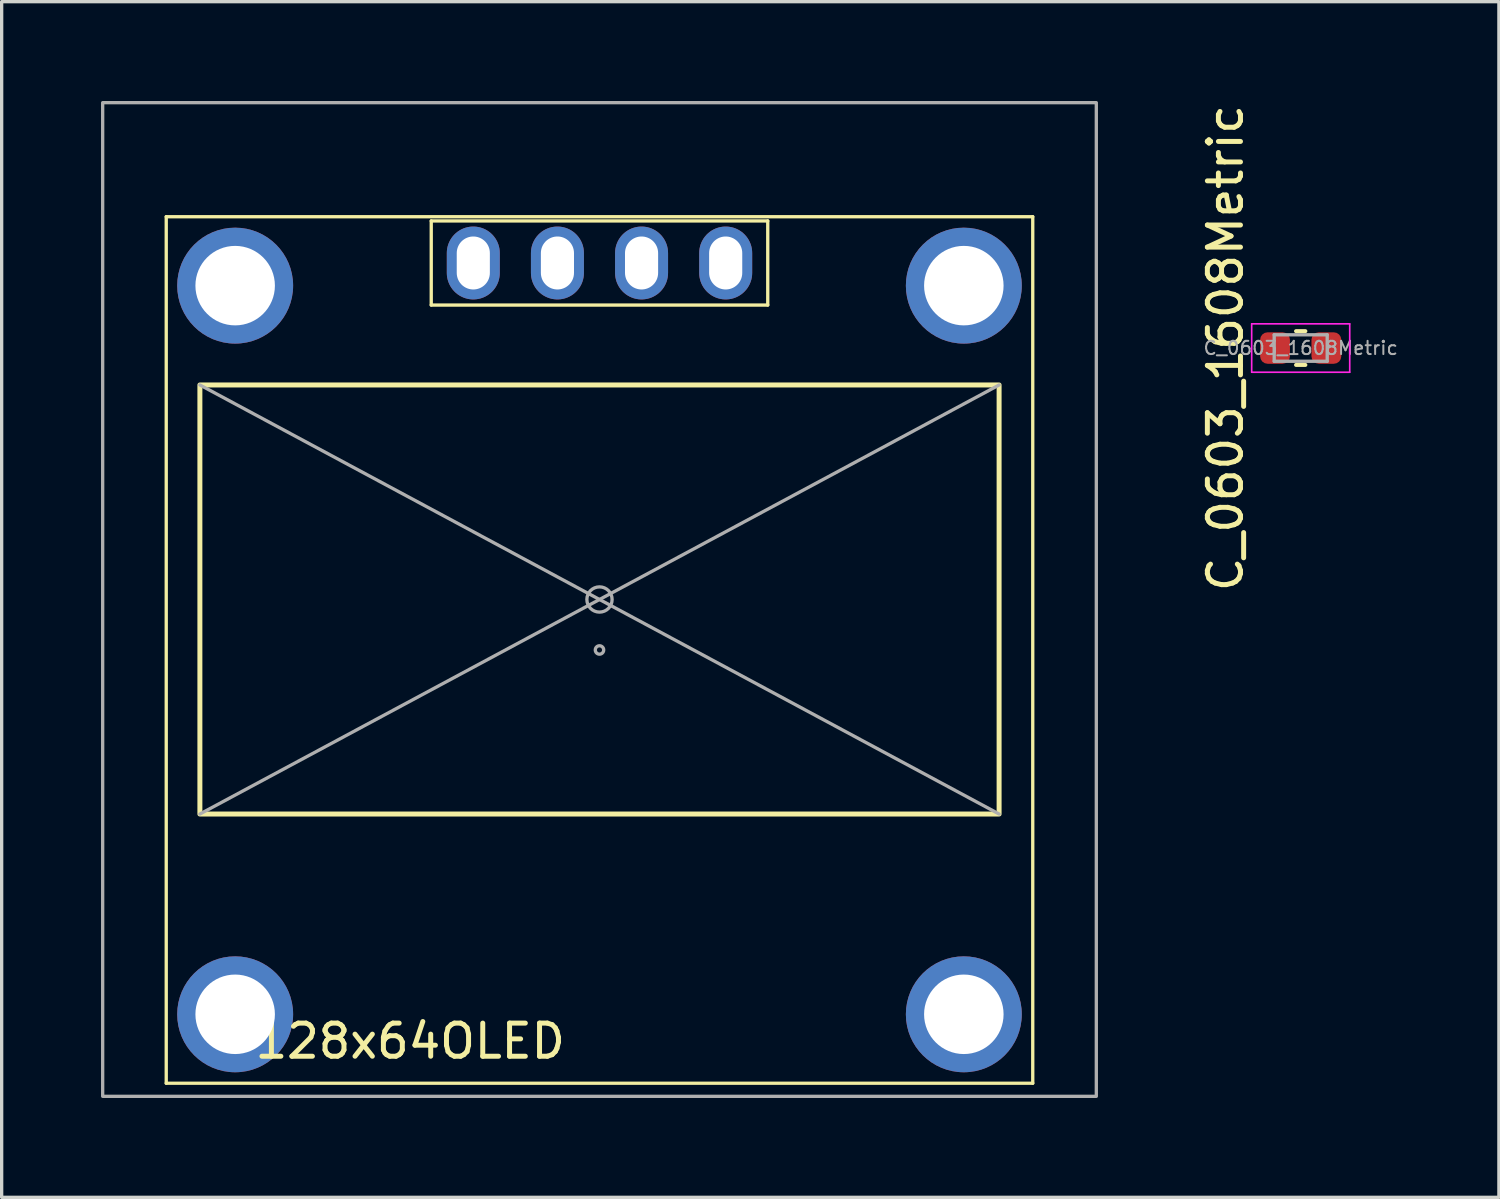
<source format=kicad_pcb>
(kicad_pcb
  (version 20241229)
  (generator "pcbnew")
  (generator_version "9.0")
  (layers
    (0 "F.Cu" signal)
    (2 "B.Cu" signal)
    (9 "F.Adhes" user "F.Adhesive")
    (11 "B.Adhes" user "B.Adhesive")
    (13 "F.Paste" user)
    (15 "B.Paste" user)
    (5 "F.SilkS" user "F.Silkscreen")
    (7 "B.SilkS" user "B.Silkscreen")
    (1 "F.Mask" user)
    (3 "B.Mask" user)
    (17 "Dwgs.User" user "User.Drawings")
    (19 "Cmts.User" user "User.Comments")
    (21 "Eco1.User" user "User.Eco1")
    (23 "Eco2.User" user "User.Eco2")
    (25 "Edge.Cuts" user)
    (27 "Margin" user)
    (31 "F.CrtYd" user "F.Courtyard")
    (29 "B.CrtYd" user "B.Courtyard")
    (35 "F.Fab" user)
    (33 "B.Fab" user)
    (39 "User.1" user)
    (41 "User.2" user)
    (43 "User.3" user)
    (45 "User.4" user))
  (footprint "128x64OLED"
    (layer "F.Cu")
    (at 15.05 15.05)
    (property "Reference" "128x64OLED" (at -5.715 13.335 0) (layer "F.SilkS") (effects (font (size 1 1) (thickness 0.15))))
    (attr through_hole)
    (fp_line (start -13.081 -11.557) (end -13.081 14.605) (stroke (width 0.1) (type default)) (layer "F.SilkS"))
    (fp_line (start -13.081 -11.557) (end 13.081 -11.557) (stroke (width 0.1) (type default)) (layer "F.SilkS"))
    (fp_line (start -13.081 14.605) (end 13.081 14.605) (stroke (width 0.1) (type default)) (layer "F.SilkS"))
    (fp_line (start -5.08 -11.43) (end -5.08 -8.89) (stroke (width 0.1) (type default)) (layer "F.SilkS"))
    (fp_line (start -5.08 -8.89) (end 5.08 -8.89) (stroke (width 0.1) (type default)) (layer "F.SilkS"))
    (fp_line (start 5.08 -11.43) (end -5.08 -11.43) (stroke (width 0.1) (type default)) (layer "F.SilkS"))
    (fp_line (start 5.08 -8.89) (end 5.08 -11.43) (stroke (width 0.1) (type default)) (layer "F.SilkS"))
    (fp_line (start 13.081 -11.557) (end 13.081 14.605) (stroke (width 0.1) (type default)) (layer "F.SilkS"))
    (fp_rect (start -12.065 -6.477) (end 12.065 6.477) (stroke (width 0.15) (type default)) (fill no) (layer "F.SilkS"))
    (fp_line (start -12.065 -6.477) (end 12.065 6.477) (stroke (width 0.1) (type default)) (layer "F.Fab"))
    (fp_line (start 12.065 -6.477) (end -12.065 6.477) (stroke (width 0.1) (type default)) (layer "F.Fab"))
    (fp_rect (start -15 -15) (end 15 15) (stroke (width 0.1) (type solid)) (fill no) (layer "F.Fab"))
    (fp_circle (center 0 0) (end 0.381 0) (stroke (width 0.1) (type default)) (fill no) (layer "F.Fab"))
    (fp_circle (center 0 1.524) (end 0.127 1.524) (stroke (width 0.1) (type default)) (fill no) (layer "F.Fab"))
    (pad "" thru_hole circle (at -11 -9.476) (size 3.5 3.5) (drill 2.4) (property pad_prop_mechanical) (layers "*.Cu" "*.Mask"))
    (pad "" thru_hole circle (at -11 12.524) (size 3.5 3.5) (drill 2.4) (property pad_prop_mechanical) (layers "*.Cu" "*.Mask"))
    (pad "" thru_hole circle (at 11 -9.476) (size 3.5 3.5) (drill 2.4) (property pad_prop_mechanical) (layers "*.Cu" "*.Mask"))
    (pad "" thru_hole circle (at 11 12.524) (size 3.5 3.5) (drill 2.4) (property pad_prop_mechanical) (layers "*.Cu" "*.Mask"))
    (pad "1" thru_hole oval (at -3.81 -10.16 90) (size 2.2 1.6) (drill oval 1.6 1) (layers "*.Cu" "*.Mask"))
    (pad "2" thru_hole oval (at -1.27 -10.16 90) (size 2.2 1.6) (drill oval 1.6 1) (layers "*.Cu" "*.Mask"))
    (pad "3" thru_hole oval (at 1.27 -10.16 90) (size 2.2 1.6) (drill oval 1.6 1) (layers "*.Cu" "*.Mask"))
    (pad "4" thru_hole oval (at 3.81 -10.16 90) (size 2.2 1.6) (drill oval 1.6 1) (layers "*.Cu" "*.Mask")))
  (footprint "C_0603_1608Metric"
    (layer "F.Cu")
    (at 36.221 7.458)
    (property "Reference" "C_0603_1608Metric" (at -2.273 0 90) (layer "F.SilkS") (effects (font (size 1 1) (thickness 0.15))))
    (attr smd)
    (fp_line (start -0.141 -0.51) (end 0.141 -0.51) (stroke (width 0.12) (type solid)) (layer "F.SilkS"))
    (fp_line (start -0.141 0.51) (end 0.141 0.51) (stroke (width 0.12) (type solid)) (layer "F.SilkS"))
    (fp_line (start -1.48 -0.73) (end 1.48 -0.73) (stroke (width 0.05) (type solid)) (layer "F.CrtYd"))
    (fp_line (start -1.48 0.73) (end -1.48 -0.73) (stroke (width 0.05) (type solid)) (layer "F.CrtYd"))
    (fp_line (start 1.48 -0.73) (end 1.48 0.73) (stroke (width 0.05) (type solid)) (layer "F.CrtYd"))
    (fp_line (start 1.48 0.73) (end -1.48 0.73) (stroke (width 0.05) (type solid)) (layer "F.CrtYd"))
    (fp_line (start -0.8 -0.4) (end 0.8 -0.4) (stroke (width 0.1) (type solid)) (layer "F.Fab"))
    (fp_line (start -0.8 0.4) (end -0.8 -0.4) (stroke (width 0.1) (type solid)) (layer "F.Fab"))
    (fp_line (start 0.8 -0.4) (end 0.8 0.4) (stroke (width 0.1) (type solid)) (layer "F.Fab"))
    (fp_line (start 0.8 0.4) (end -0.8 0.4) (stroke (width 0.1) (type solid)) (layer "F.Fab"))
    (fp_text user "${REFERENCE}" (at 0 0 0) (layer "F.Fab") (effects (font (size 0.4 0.4) (thickness 0.06))))
    (pad "1" smd roundrect (at -0.775 0) (size 0.9 0.95) (layers "F.Cu" "F.Mask" "F.Paste") (roundrect_rratio 0.25))
    (pad "2" smd roundrect (at 0.775 0) (size 0.9 0.95) (layers "F.Cu" "F.Mask" "F.Paste") (roundrect_rratio 0.25)))
  (gr_rect
    (start -3 -3)
    (end 42.205 33.1)
    (stroke (width 0.1) (type default))
    (fill no)
    (layer "Edge.Cuts")))
</source>
